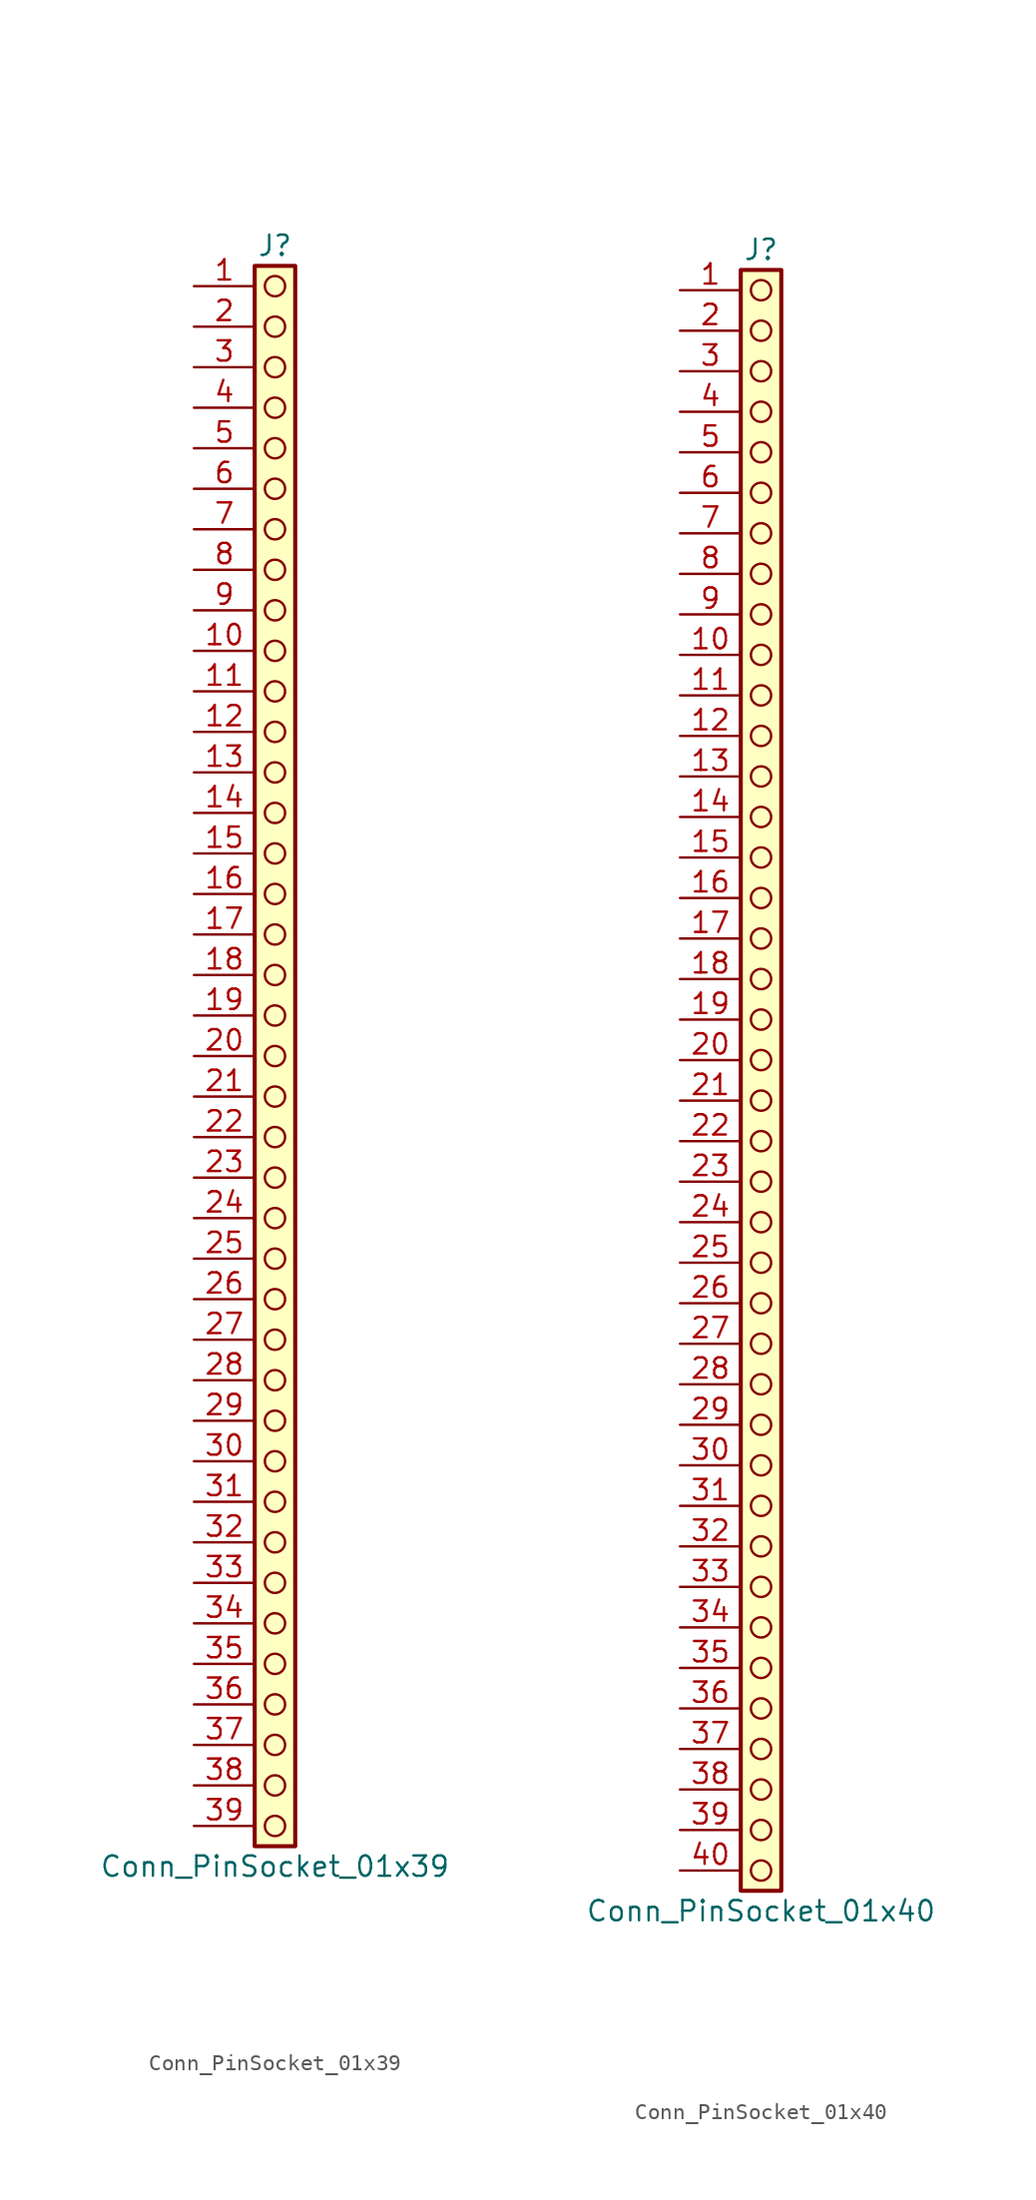
<source format=kicad_sym>
(kicad_symbol_lib
  (version 20241209)
  (generator "kicad_symbol_editor")
  (generator_version "9.0")
  (symbol "Conn_PinSocket_01x39"
    (pin_names
      (offset 1.016)
      (hide yes))
    (property "Reference" "J"
      (at 0 50.8 0)
      (effects (font (size 1.27 1.27))))
    (property "Value" "Conn_PinSocket_01x39"
      (at 0 -50.8 0)
      (effects (font (size 1.27 1.27))))
    (symbol "Conn_PinSocket_01x39_1_1"
      (rectangle (start -1.27 49.53) (end 1.27 -49.53) (stroke (width 0.254) (type default)) (fill (type background)))
      (circle (center 0 48.26) (radius 0.635) (stroke (width 0) (type solid) (color 132 0 0 1)) (fill (type none)))
      (circle (center 0 45.72) (radius 0.635) (stroke (width 0) (type solid) (color 132 0 0 1)) (fill (type none)))
      (circle (center 0 43.18) (radius 0.635) (stroke (width 0) (type solid) (color 132 0 0 1)) (fill (type none)))
      (circle (center 0 40.64) (radius 0.635) (stroke (width 0) (type solid) (color 132 0 0 1)) (fill (type none)))
      (circle (center 0 38.1) (radius 0.635) (stroke (width 0) (type solid) (color 132 0 0 1)) (fill (type none)))
      (circle (center 0 35.56) (radius 0.635) (stroke (width 0) (type solid) (color 132 0 0 1)) (fill (type none)))
      (circle (center 0 33.02) (radius 0.635) (stroke (width 0) (type solid) (color 132 0 0 1)) (fill (type none)))
      (circle (center 0 30.48) (radius 0.635) (stroke (width 0) (type solid) (color 132 0 0 1)) (fill (type none)))
      (circle (center 0 27.94) (radius 0.635) (stroke (width 0) (type solid) (color 132 0 0 1)) (fill (type none)))
      (circle (center 0 25.4) (radius 0.635) (stroke (width 0) (type solid) (color 132 0 0 1)) (fill (type none)))
      (circle (center 0 22.86) (radius 0.635) (stroke (width 0) (type solid) (color 132 0 0 1)) (fill (type none)))
      (circle (center 0 20.32) (radius 0.635) (stroke (width 0) (type solid) (color 132 0 0 1)) (fill (type none)))
      (circle (center 0 17.78) (radius 0.635) (stroke (width 0) (type solid) (color 132 0 0 1)) (fill (type none)))
      (circle (center 0 15.24) (radius 0.635) (stroke (width 0) (type solid) (color 132 0 0 1)) (fill (type none)))
      (circle (center 0 12.7) (radius 0.635) (stroke (width 0) (type solid) (color 132 0 0 1)) (fill (type none)))
      (circle (center 0 10.16) (radius 0.635) (stroke (width 0) (type solid) (color 132 0 0 1)) (fill (type none)))
      (circle (center 0 7.62) (radius 0.635) (stroke (width 0) (type solid) (color 132 0 0 1)) (fill (type none)))
      (circle (center 0 5.08) (radius 0.635) (stroke (width 0) (type solid) (color 132 0 0 1)) (fill (type none)))
      (circle (center 0 2.54) (radius 0.635) (stroke (width 0) (type solid) (color 132 0 0 1)) (fill (type none)))
      (circle (center 0 0) (radius 0.635) (stroke (width 0) (type solid) (color 132 0 0 1)) (fill (type none)))
      (circle (center 0 -2.54) (radius 0.635) (stroke (width 0) (type solid) (color 132 0 0 1)) (fill (type none)))
      (circle (center 0 -5.08) (radius 0.635) (stroke (width 0) (type solid) (color 132 0 0 1)) (fill (type none)))
      (circle (center 0 -7.62) (radius 0.635) (stroke (width 0) (type solid) (color 132 0 0 1)) (fill (type none)))
      (circle (center 0 -10.16) (radius 0.635) (stroke (width 0) (type solid) (color 132 0 0 1)) (fill (type none)))
      (circle (center 0 -12.7) (radius 0.635) (stroke (width 0) (type solid) (color 132 0 0 1)) (fill (type none)))
      (circle (center 0 -15.24) (radius 0.635) (stroke (width 0) (type solid) (color 132 0 0 1)) (fill (type none)))
      (circle (center 0 -17.78) (radius 0.635) (stroke (width 0) (type solid) (color 132 0 0 1)) (fill (type none)))
      (circle (center 0 -20.32) (radius 0.635) (stroke (width 0) (type solid) (color 132 0 0 1)) (fill (type none)))
      (circle (center 0 -22.86) (radius 0.635) (stroke (width 0) (type solid) (color 132 0 0 1)) (fill (type none)))
      (circle (center 0 -25.4) (radius 0.635) (stroke (width 0) (type solid) (color 132 0 0 1)) (fill (type none)))
      (circle (center 0 -27.94) (radius 0.635) (stroke (width 0) (type solid) (color 132 0 0 1)) (fill (type none)))
      (circle (center 0 -30.48) (radius 0.635) (stroke (width 0) (type solid) (color 132 0 0 1)) (fill (type none)))
      (circle (center 0 -33.02) (radius 0.635) (stroke (width 0) (type solid) (color 132 0 0 1)) (fill (type none)))
      (circle (center 0 -35.56) (radius 0.635) (stroke (width 0) (type solid) (color 132 0 0 1)) (fill (type none)))
      (circle (center 0 -38.1) (radius 0.635) (stroke (width 0) (type solid) (color 132 0 0 1)) (fill (type none)))
      (circle (center 0 -40.64) (radius 0.635) (stroke (width 0) (type solid) (color 132 0 0 1)) (fill (type none)))
      (circle (center 0 -43.18) (radius 0.635) (stroke (width 0) (type solid) (color 132 0 0 1)) (fill (type none)))
      (circle (center 0 -45.72) (radius 0.635) (stroke (width 0) (type solid) (color 132 0 0 1)) (fill (type none)))
      (circle (center 0 -48.26) (radius 0.635) (stroke (width 0) (type solid) (color 132 0 0 1)) (fill (type none)))
      (pin passive line (at -5.08 48.26 0) (length 3.81) (name "Pin_1" (effects (font (size 1.27 1.27)))) (number "1" (effects (font (size 1.27 1.27)))))
      (pin passive line (at -5.08 45.72 0) (length 3.81) (name "Pin_2" (effects (font (size 1.27 1.27)))) (number "2" (effects (font (size 1.27 1.27)))))
      (pin passive line (at -5.08 43.18 0) (length 3.81) (name "Pin_3" (effects (font (size 1.27 1.27)))) (number "3" (effects (font (size 1.27 1.27)))))
      (pin passive line (at -5.08 40.64 0) (length 3.81) (name "Pin_4" (effects (font (size 1.27 1.27)))) (number "4" (effects (font (size 1.27 1.27)))))
      (pin passive line (at -5.08 38.1 0) (length 3.81) (name "Pin_5" (effects (font (size 1.27 1.27)))) (number "5" (effects (font (size 1.27 1.27)))))
      (pin passive line (at -5.08 35.56 0) (length 3.81) (name "Pin_6" (effects (font (size 1.27 1.27)))) (number "6" (effects (font (size 1.27 1.27)))))
      (pin passive line (at -5.08 33.02 0) (length 3.81) (name "Pin_7" (effects (font (size 1.27 1.27)))) (number "7" (effects (font (size 1.27 1.27)))))
      (pin passive line (at -5.08 30.48 0) (length 3.81) (name "Pin_8" (effects (font (size 1.27 1.27)))) (number "8" (effects (font (size 1.27 1.27)))))
      (pin passive line (at -5.08 27.94 0) (length 3.81) (name "Pin_9" (effects (font (size 1.27 1.27)))) (number "9" (effects (font (size 1.27 1.27)))))
      (pin passive line (at -5.08 25.4 0) (length 3.81) (name "Pin_10" (effects (font (size 1.27 1.27)))) (number "10" (effects (font (size 1.27 1.27)))))
      (pin passive line (at -5.08 22.86 0) (length 3.81) (name "Pin_11" (effects (font (size 1.27 1.27)))) (number "11" (effects (font (size 1.27 1.27)))))
      (pin passive line (at -5.08 20.32 0) (length 3.81) (name "Pin_12" (effects (font (size 1.27 1.27)))) (number "12" (effects (font (size 1.27 1.27)))))
      (pin passive line (at -5.08 17.78 0) (length 3.81) (name "Pin_13" (effects (font (size 1.27 1.27)))) (number "13" (effects (font (size 1.27 1.27)))))
      (pin passive line (at -5.08 15.24 0) (length 3.81) (name "Pin_14" (effects (font (size 1.27 1.27)))) (number "14" (effects (font (size 1.27 1.27)))))
      (pin passive line (at -5.08 12.7 0) (length 3.81) (name "Pin_15" (effects (font (size 1.27 1.27)))) (number "15" (effects (font (size 1.27 1.27)))))
      (pin passive line (at -5.08 10.16 0) (length 3.81) (name "Pin_16" (effects (font (size 1.27 1.27)))) (number "16" (effects (font (size 1.27 1.27)))))
      (pin passive line (at -5.08 7.62 0) (length 3.81) (name "Pin_17" (effects (font (size 1.27 1.27)))) (number "17" (effects (font (size 1.27 1.27)))))
      (pin passive line (at -5.08 5.08 0) (length 3.81) (name "Pin_18" (effects (font (size 1.27 1.27)))) (number "18" (effects (font (size 1.27 1.27)))))
      (pin passive line (at -5.08 2.54 0) (length 3.81) (name "Pin_19" (effects (font (size 1.27 1.27)))) (number "19" (effects (font (size 1.27 1.27)))))
      (pin passive line (at -5.08 0 0) (length 3.81) (name "Pin_20" (effects (font (size 1.27 1.27)))) (number "20" (effects (font (size 1.27 1.27)))))
      (pin passive line (at -5.08 -2.54 0) (length 3.81) (name "Pin_21" (effects (font (size 1.27 1.27)))) (number "21" (effects (font (size 1.27 1.27)))))
      (pin passive line (at -5.08 -5.08 0) (length 3.81) (name "Pin_22" (effects (font (size 1.27 1.27)))) (number "22" (effects (font (size 1.27 1.27)))))
      (pin passive line (at -5.08 -7.62 0) (length 3.81) (name "Pin_23" (effects (font (size 1.27 1.27)))) (number "23" (effects (font (size 1.27 1.27)))))
      (pin passive line (at -5.08 -10.16 0) (length 3.81) (name "Pin_24" (effects (font (size 1.27 1.27)))) (number "24" (effects (font (size 1.27 1.27)))))
      (pin passive line (at -5.08 -12.7 0) (length 3.81) (name "Pin_25" (effects (font (size 1.27 1.27)))) (number "25" (effects (font (size 1.27 1.27)))))
      (pin passive line (at -5.08 -15.24 0) (length 3.81) (name "Pin_26" (effects (font (size 1.27 1.27)))) (number "26" (effects (font (size 1.27 1.27)))))
      (pin passive line (at -5.08 -17.78 0) (length 3.81) (name "Pin_27" (effects (font (size 1.27 1.27)))) (number "27" (effects (font (size 1.27 1.27)))))
      (pin passive line (at -5.08 -20.32 0) (length 3.81) (name "Pin_28" (effects (font (size 1.27 1.27)))) (number "28" (effects (font (size 1.27 1.27)))))
      (pin passive line (at -5.08 -22.86 0) (length 3.81) (name "Pin_29" (effects (font (size 1.27 1.27)))) (number "29" (effects (font (size 1.27 1.27)))))
      (pin passive line (at -5.08 -25.4 0) (length 3.81) (name "Pin_30" (effects (font (size 1.27 1.27)))) (number "30" (effects (font (size 1.27 1.27)))))
      (pin passive line (at -5.08 -27.94 0) (length 3.81) (name "Pin_31" (effects (font (size 1.27 1.27)))) (number "31" (effects (font (size 1.27 1.27)))))
      (pin passive line (at -5.08 -30.48 0) (length 3.81) (name "Pin_32" (effects (font (size 1.27 1.27)))) (number "32" (effects (font (size 1.27 1.27)))))
      (pin passive line (at -5.08 -33.02 0) (length 3.81) (name "Pin_33" (effects (font (size 1.27 1.27)))) (number "33" (effects (font (size 1.27 1.27)))))
      (pin passive line (at -5.08 -35.56 0) (length 3.81) (name "Pin_34" (effects (font (size 1.27 1.27)))) (number "34" (effects (font (size 1.27 1.27)))))
      (pin passive line (at -5.08 -38.1 0) (length 3.81) (name "Pin_35" (effects (font (size 1.27 1.27)))) (number "35" (effects (font (size 1.27 1.27)))))
      (pin passive line (at -5.08 -40.64 0) (length 3.81) (name "Pin_36" (effects (font (size 1.27 1.27)))) (number "36" (effects (font (size 1.27 1.27)))))
      (pin passive line (at -5.08 -43.18 0) (length 3.81) (name "Pin_37" (effects (font (size 1.27 1.27)))) (number "37" (effects (font (size 1.27 1.27)))))
      (pin passive line (at -5.08 -45.72 0) (length 3.81) (name "Pin_38" (effects (font (size 1.27 1.27)))) (number "38" (effects (font (size 1.27 1.27)))))
      (pin passive line (at -5.08 -48.26 0) (length 3.81) (name "Pin_39" (effects (font (size 1.27 1.27)))) (number "39" (effects (font (size 1.27 1.27)))))))
  (symbol "Conn_PinSocket_01x40"
    (pin_names
      (offset 1.016)
      (hide yes))
    (property "Reference" "J"
      (at 0 50.8 0)
      (effects (font (size 1.27 1.27))))
    (property "Value" "Conn_PinSocket_01x40"
      (at 0 -53.34 0)
      (effects (font (size 1.27 1.27))))
    (symbol "Conn_PinSocket_01x40_1_1"
      (rectangle (start -1.27 49.53) (end 1.27 -52.07) (stroke (width 0.254) (type default)) (fill (type background)))
      (circle (center 0 48.26) (radius 0.635) (stroke (width 0) (type solid) (color 132 0 0 1)) (fill (type none)))
      (circle (center 0 45.72) (radius 0.635) (stroke (width 0) (type solid) (color 132 0 0 1)) (fill (type none)))
      (circle (center 0 43.18) (radius 0.635) (stroke (width 0) (type solid) (color 132 0 0 1)) (fill (type none)))
      (circle (center 0 40.64) (radius 0.635) (stroke (width 0) (type solid) (color 132 0 0 1)) (fill (type none)))
      (circle (center 0 38.1) (radius 0.635) (stroke (width 0) (type solid) (color 132 0 0 1)) (fill (type none)))
      (circle (center 0 35.56) (radius 0.635) (stroke (width 0) (type solid) (color 132 0 0 1)) (fill (type none)))
      (circle (center 0 33.02) (radius 0.635) (stroke (width 0) (type solid) (color 132 0 0 1)) (fill (type none)))
      (circle (center 0 30.48) (radius 0.635) (stroke (width 0) (type solid) (color 132 0 0 1)) (fill (type none)))
      (circle (center 0 27.94) (radius 0.635) (stroke (width 0) (type solid) (color 132 0 0 1)) (fill (type none)))
      (circle (center 0 25.4) (radius 0.635) (stroke (width 0) (type solid) (color 132 0 0 1)) (fill (type none)))
      (circle (center 0 22.86) (radius 0.635) (stroke (width 0) (type solid) (color 132 0 0 1)) (fill (type none)))
      (circle (center 0 20.32) (radius 0.635) (stroke (width 0) (type solid) (color 132 0 0 1)) (fill (type none)))
      (circle (center 0 17.78) (radius 0.635) (stroke (width 0) (type solid) (color 132 0 0 1)) (fill (type none)))
      (circle (center 0 15.24) (radius 0.635) (stroke (width 0) (type solid) (color 132 0 0 1)) (fill (type none)))
      (circle (center 0 12.7) (radius 0.635) (stroke (width 0) (type solid) (color 132 0 0 1)) (fill (type none)))
      (circle (center 0 10.16) (radius 0.635) (stroke (width 0) (type solid) (color 132 0 0 1)) (fill (type none)))
      (circle (center 0 7.62) (radius 0.635) (stroke (width 0) (type solid) (color 132 0 0 1)) (fill (type none)))
      (circle (center 0 5.08) (radius 0.635) (stroke (width 0) (type solid) (color 132 0 0 1)) (fill (type none)))
      (circle (center 0 2.54) (radius 0.635) (stroke (width 0) (type solid) (color 132 0 0 1)) (fill (type none)))
      (circle (center 0 0) (radius 0.635) (stroke (width 0) (type solid) (color 132 0 0 1)) (fill (type none)))
      (circle (center 0 -2.54) (radius 0.635) (stroke (width 0) (type solid) (color 132 0 0 1)) (fill (type none)))
      (circle (center 0 -5.08) (radius 0.635) (stroke (width 0) (type solid) (color 132 0 0 1)) (fill (type none)))
      (circle (center 0 -7.62) (radius 0.635) (stroke (width 0) (type solid) (color 132 0 0 1)) (fill (type none)))
      (circle (center 0 -10.16) (radius 0.635) (stroke (width 0) (type solid) (color 132 0 0 1)) (fill (type none)))
      (circle (center 0 -12.7) (radius 0.635) (stroke (width 0) (type solid) (color 132 0 0 1)) (fill (type none)))
      (circle (center 0 -15.24) (radius 0.635) (stroke (width 0) (type solid) (color 132 0 0 1)) (fill (type none)))
      (circle (center 0 -17.78) (radius 0.635) (stroke (width 0) (type solid) (color 132 0 0 1)) (fill (type none)))
      (circle (center 0 -20.32) (radius 0.635) (stroke (width 0) (type solid) (color 132 0 0 1)) (fill (type none)))
      (circle (center 0 -22.86) (radius 0.635) (stroke (width 0) (type solid) (color 132 0 0 1)) (fill (type none)))
      (circle (center 0 -25.4) (radius 0.635) (stroke (width 0) (type solid) (color 132 0 0 1)) (fill (type none)))
      (circle (center 0 -27.94) (radius 0.635) (stroke (width 0) (type solid) (color 132 0 0 1)) (fill (type none)))
      (circle (center 0 -30.48) (radius 0.635) (stroke (width 0) (type solid) (color 132 0 0 1)) (fill (type none)))
      (circle (center 0 -33.02) (radius 0.635) (stroke (width 0) (type solid) (color 132 0 0 1)) (fill (type none)))
      (circle (center 0 -35.56) (radius 0.635) (stroke (width 0) (type solid) (color 132 0 0 1)) (fill (type none)))
      (circle (center 0 -38.1) (radius 0.635) (stroke (width 0) (type solid) (color 132 0 0 1)) (fill (type none)))
      (circle (center 0 -40.64) (radius 0.635) (stroke (width 0) (type solid) (color 132 0 0 1)) (fill (type none)))
      (circle (center 0 -43.18) (radius 0.635) (stroke (width 0) (type solid) (color 132 0 0 1)) (fill (type none)))
      (circle (center 0 -45.72) (radius 0.635) (stroke (width 0) (type solid) (color 132 0 0 1)) (fill (type none)))
      (circle (center 0 -48.26) (radius 0.635) (stroke (width 0) (type solid) (color 132 0 0 1)) (fill (type none)))
      (circle (center 0 -50.8) (radius 0.635) (stroke (width 0) (type solid) (color 132 0 0 1)) (fill (type none)))
      (pin passive line (at -5.08 48.26 0) (length 3.81) (name "Pin_1" (effects (font (size 1.27 1.27)))) (number "1" (effects (font (size 1.27 1.27)))))
      (pin passive line (at -5.08 45.72 0) (length 3.81) (name "Pin_2" (effects (font (size 1.27 1.27)))) (number "2" (effects (font (size 1.27 1.27)))))
      (pin passive line (at -5.08 43.18 0) (length 3.81) (name "Pin_3" (effects (font (size 1.27 1.27)))) (number "3" (effects (font (size 1.27 1.27)))))
      (pin passive line (at -5.08 40.64 0) (length 3.81) (name "Pin_4" (effects (font (size 1.27 1.27)))) (number "4" (effects (font (size 1.27 1.27)))))
      (pin passive line (at -5.08 38.1 0) (length 3.81) (name "Pin_5" (effects (font (size 1.27 1.27)))) (number "5" (effects (font (size 1.27 1.27)))))
      (pin passive line (at -5.08 35.56 0) (length 3.81) (name "Pin_6" (effects (font (size 1.27 1.27)))) (number "6" (effects (font (size 1.27 1.27)))))
      (pin passive line (at -5.08 33.02 0) (length 3.81) (name "Pin_7" (effects (font (size 1.27 1.27)))) (number "7" (effects (font (size 1.27 1.27)))))
      (pin passive line (at -5.08 30.48 0) (length 3.81) (name "Pin_8" (effects (font (size 1.27 1.27)))) (number "8" (effects (font (size 1.27 1.27)))))
      (pin passive line (at -5.08 27.94 0) (length 3.81) (name "Pin_9" (effects (font (size 1.27 1.27)))) (number "9" (effects (font (size 1.27 1.27)))))
      (pin passive line (at -5.08 25.4 0) (length 3.81) (name "Pin_10" (effects (font (size 1.27 1.27)))) (number "10" (effects (font (size 1.27 1.27)))))
      (pin passive line (at -5.08 22.86 0) (length 3.81) (name "Pin_11" (effects (font (size 1.27 1.27)))) (number "11" (effects (font (size 1.27 1.27)))))
      (pin passive line (at -5.08 20.32 0) (length 3.81) (name "Pin_12" (effects (font (size 1.27 1.27)))) (number "12" (effects (font (size 1.27 1.27)))))
      (pin passive line (at -5.08 17.78 0) (length 3.81) (name "Pin_13" (effects (font (size 1.27 1.27)))) (number "13" (effects (font (size 1.27 1.27)))))
      (pin passive line (at -5.08 15.24 0) (length 3.81) (name "Pin_14" (effects (font (size 1.27 1.27)))) (number "14" (effects (font (size 1.27 1.27)))))
      (pin passive line (at -5.08 12.7 0) (length 3.81) (name "Pin_15" (effects (font (size 1.27 1.27)))) (number "15" (effects (font (size 1.27 1.27)))))
      (pin passive line (at -5.08 10.16 0) (length 3.81) (name "Pin_16" (effects (font (size 1.27 1.27)))) (number "16" (effects (font (size 1.27 1.27)))))
      (pin passive line (at -5.08 7.62 0) (length 3.81) (name "Pin_17" (effects (font (size 1.27 1.27)))) (number "17" (effects (font (size 1.27 1.27)))))
      (pin passive line (at -5.08 5.08 0) (length 3.81) (name "Pin_18" (effects (font (size 1.27 1.27)))) (number "18" (effects (font (size 1.27 1.27)))))
      (pin passive line (at -5.08 2.54 0) (length 3.81) (name "Pin_19" (effects (font (size 1.27 1.27)))) (number "19" (effects (font (size 1.27 1.27)))))
      (pin passive line (at -5.08 0 0) (length 3.81) (name "Pin_20" (effects (font (size 1.27 1.27)))) (number "20" (effects (font (size 1.27 1.27)))))
      (pin passive line (at -5.08 -2.54 0) (length 3.81) (name "Pin_21" (effects (font (size 1.27 1.27)))) (number "21" (effects (font (size 1.27 1.27)))))
      (pin passive line (at -5.08 -5.08 0) (length 3.81) (name "Pin_22" (effects (font (size 1.27 1.27)))) (number "22" (effects (font (size 1.27 1.27)))))
      (pin passive line (at -5.08 -7.62 0) (length 3.81) (name "Pin_23" (effects (font (size 1.27 1.27)))) (number "23" (effects (font (size 1.27 1.27)))))
      (pin passive line (at -5.08 -10.16 0) (length 3.81) (name "Pin_24" (effects (font (size 1.27 1.27)))) (number "24" (effects (font (size 1.27 1.27)))))
      (pin passive line (at -5.08 -12.7 0) (length 3.81) (name "Pin_25" (effects (font (size 1.27 1.27)))) (number "25" (effects (font (size 1.27 1.27)))))
      (pin passive line (at -5.08 -15.24 0) (length 3.81) (name "Pin_26" (effects (font (size 1.27 1.27)))) (number "26" (effects (font (size 1.27 1.27)))))
      (pin passive line (at -5.08 -17.78 0) (length 3.81) (name "Pin_27" (effects (font (size 1.27 1.27)))) (number "27" (effects (font (size 1.27 1.27)))))
      (pin passive line (at -5.08 -20.32 0) (length 3.81) (name "Pin_28" (effects (font (size 1.27 1.27)))) (number "28" (effects (font (size 1.27 1.27)))))
      (pin passive line (at -5.08 -22.86 0) (length 3.81) (name "Pin_29" (effects (font (size 1.27 1.27)))) (number "29" (effects (font (size 1.27 1.27)))))
      (pin passive line (at -5.08 -25.4 0) (length 3.81) (name "Pin_30" (effects (font (size 1.27 1.27)))) (number "30" (effects (font (size 1.27 1.27)))))
      (pin passive line (at -5.08 -27.94 0) (length 3.81) (name "Pin_31" (effects (font (size 1.27 1.27)))) (number "31" (effects (font (size 1.27 1.27)))))
      (pin passive line (at -5.08 -30.48 0) (length 3.81) (name "Pin_32" (effects (font (size 1.27 1.27)))) (number "32" (effects (font (size 1.27 1.27)))))
      (pin passive line (at -5.08 -33.02 0) (length 3.81) (name "Pin_33" (effects (font (size 1.27 1.27)))) (number "33" (effects (font (size 1.27 1.27)))))
      (pin passive line (at -5.08 -35.56 0) (length 3.81) (name "Pin_34" (effects (font (size 1.27 1.27)))) (number "34" (effects (font (size 1.27 1.27)))))
      (pin passive line (at -5.08 -38.1 0) (length 3.81) (name "Pin_35" (effects (font (size 1.27 1.27)))) (number "35" (effects (font (size 1.27 1.27)))))
      (pin passive line (at -5.08 -40.64 0) (length 3.81) (name "Pin_36" (effects (font (size 1.27 1.27)))) (number "36" (effects (font (size 1.27 1.27)))))
      (pin passive line (at -5.08 -43.18 0) (length 3.81) (name "Pin_37" (effects (font (size 1.27 1.27)))) (number "37" (effects (font (size 1.27 1.27)))))
      (pin passive line (at -5.08 -45.72 0) (length 3.81) (name "Pin_38" (effects (font (size 1.27 1.27)))) (number "38" (effects (font (size 1.27 1.27)))))
      (pin passive line (at -5.08 -48.26 0) (length 3.81) (name "Pin_39" (effects (font (size 1.27 1.27)))) (number "39" (effects (font (size 1.27 1.27)))))
      (pin passive line (at -5.08 -50.8 0) (length 3.81) (name "Pin_40" (effects (font (size 1.27 1.27)))) (number "40" (effects (font (size 1.27 1.27))))))))
</source>
